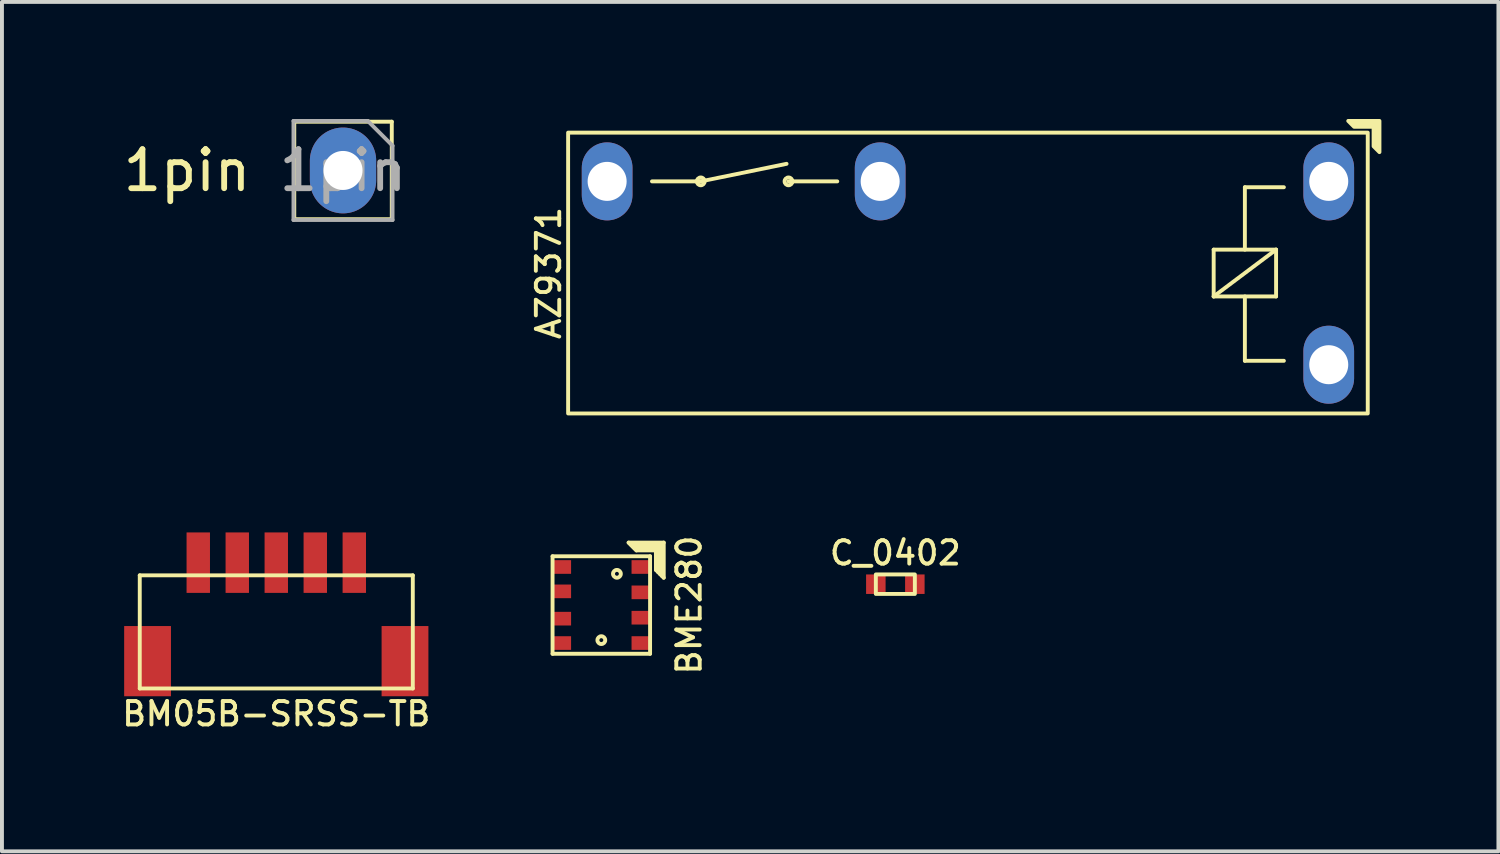
<source format=kicad_pcb>
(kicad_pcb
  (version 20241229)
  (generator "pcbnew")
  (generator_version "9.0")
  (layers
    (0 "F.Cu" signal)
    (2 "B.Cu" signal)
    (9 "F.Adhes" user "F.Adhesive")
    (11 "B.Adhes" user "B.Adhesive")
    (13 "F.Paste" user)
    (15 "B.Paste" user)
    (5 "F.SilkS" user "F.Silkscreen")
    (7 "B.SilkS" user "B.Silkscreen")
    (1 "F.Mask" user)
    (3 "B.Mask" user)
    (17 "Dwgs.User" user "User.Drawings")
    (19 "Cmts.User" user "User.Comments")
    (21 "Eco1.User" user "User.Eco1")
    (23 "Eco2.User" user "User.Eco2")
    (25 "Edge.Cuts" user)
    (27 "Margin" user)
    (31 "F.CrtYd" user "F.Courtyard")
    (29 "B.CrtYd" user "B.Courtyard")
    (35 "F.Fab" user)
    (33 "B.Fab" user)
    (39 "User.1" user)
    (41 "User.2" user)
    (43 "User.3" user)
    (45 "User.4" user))
  (footprint "BM05B-SRSS-TB"
    (layer "F.Cu")
    (at 4.033 13.15)
    (property "Reference" "BM05B-SRSS-TB" (at 0 2.1 0) (unlocked yes) (layer "F.SilkS") (effects (font (size 0.6 0.6) (thickness 0.1) (bold yes))))
    (attr smd)
    (fp_line (start -3.5 -1.45) (end 3.5 -1.45) (stroke (width 0.1) (type solid)) (layer "F.SilkS"))
    (fp_line (start -3.5 1.45) (end -3.5 -1.45) (stroke (width 0.1) (type solid)) (layer "F.SilkS"))
    (fp_line (start 3.5 -1.45) (end 3.5 1.45) (stroke (width 0.1) (type solid)) (layer "F.SilkS"))
    (fp_line (start 3.5 1.45) (end -3.5 1.45) (stroke (width 0.1) (type solid)) (layer "F.SilkS"))
    (pad "1" smd rect (at 2 -1.775) (size 0.6 1.55) (layers "F.Cu" "F.Mask" "F.Paste"))
    (pad "2" smd rect (at 1 -1.775) (size 0.6 1.55) (layers "F.Cu" "F.Mask" "F.Paste"))
    (pad "3" smd rect (at 0 -1.775) (size 0.6 1.55) (layers "F.Cu" "F.Mask" "F.Paste"))
    (pad "4" smd rect (at -1 -1.775) (size 0.6 1.55) (layers "F.Cu" "F.Mask" "F.Paste"))
    (pad "5" smd rect (at -2 -1.775) (size 0.6 1.55) (layers "F.Cu" "F.Mask" "F.Paste"))
    (pad "SH" smd rect (at -3.3 0.75) (size 1.2 1.8) (layers "F.Cu" "F.Mask" "F.Paste"))
    (pad "SH" smd rect (at 3.3 0.75) (size 1.2 1.8) (layers "F.Cu" "F.Mask" "F.Paste")))
  (footprint "1pin"
    (layer "F.Cu")
    (at 5.744 1.32)
    (property "Reference" "1pin" (at -4 0 0) (layer "F.SilkS") (effects (font (size 1 1) (thickness 0.15))))
    (attr through_hole)
    (fp_line (start -1.25 -1.25) (end 1.25 -1.25) (stroke (width 0.1) (type solid)) (layer "F.SilkS"))
    (fp_line (start -1.25 1.25) (end -1.25 -1.25) (stroke (width 0.1) (type solid)) (layer "F.SilkS"))
    (fp_line (start 1.25 -1.25) (end 1.25 1.25) (stroke (width 0.1) (type solid)) (layer "F.SilkS"))
    (fp_line (start 1.25 1.25) (end -1.25 1.25) (stroke (width 0.1) (type solid)) (layer "F.SilkS"))
    (fp_line (start -1.27 -1.27) (end 0.635 -1.27) (stroke (width 0.1) (type solid)) (layer "F.Fab"))
    (fp_line (start -1.27 1.27) (end -1.27 -1.27) (stroke (width 0.1) (type solid)) (layer "F.Fab"))
    (fp_line (start 0.635 -1.27) (end 1.27 -0.635) (stroke (width 0.1) (type solid)) (layer "F.Fab"))
    (fp_line (start 1.27 -0.635) (end 1.27 1.27) (stroke (width 0.1) (type solid)) (layer "F.Fab"))
    (fp_line (start 1.27 1.27) (end -1.27 1.27) (stroke (width 0.1) (type solid)) (layer "F.Fab"))
    (fp_text user "${REFERENCE}" (at 0 0 0) (layer "F.Fab") (effects (font (size 1 1) (thickness 0.15))))
    (pad "1" thru_hole oval (at 0 0 90) (size 2.2 1.7) (drill 1) (layers "*.Cu" "*.Mask")))
  (footprint "C_0402"
    (layer "F.Cu")
    (at 19.904 11.927)
    (property "Reference" "C_0402" (at 0 -0.8 0) (layer "F.SilkS") (effects (font (size 0.6 0.6) (thickness 0.1))))
    (attr smd)
    (fp_rect (start -0.5 -0.25) (end 0.5 0.25) (stroke (width 0.1) (type solid)) (fill no) (layer "F.SilkS"))
    (pad "1" smd rect (at -0.5 0) (size 0.5 0.5) (layers "F.Cu" "F.Mask" "F.Paste"))
    (pad "2" smd rect (at 0.5 0) (size 0.5 0.5) (layers "F.Cu" "F.Mask" "F.Paste")))
  (footprint "AZ9371"
    (layer "F.Cu")
    (at 21.765 3.95)
    (property "Reference" "AZ9371" (at -10.75 0 90) (layer "F.SilkS") (effects (font (size 0.6 0.6) (thickness 0.1))))
    (attr through_hole)
    (fp_line (start -8.1 -2.35) (end -6.85 -2.35) (stroke (width 0.1) (type solid)) (layer "F.SilkS"))
    (fp_line (start -6.85 -2.35) (end -4.65 -2.8) (stroke (width 0.1) (type solid)) (layer "F.SilkS"))
    (fp_line (start -4.6 -2.35) (end -3.35 -2.35) (stroke (width 0.1) (type solid)) (layer "F.SilkS"))
    (fp_line (start 6.3 -0.6) (end 6.3 0.6) (stroke (width 0.1) (type solid)) (layer "F.SilkS"))
    (fp_line (start 6.3 0.6) (end 7.9 0.6) (stroke (width 0.1) (type solid)) (layer "F.SilkS"))
    (fp_line (start 7.1 -0.6) (end 7.1 -2.2) (stroke (width 0.1) (type solid)) (layer "F.SilkS"))
    (fp_line (start 7.1 2.25) (end 7.1 0.6) (stroke (width 0.1) (type solid)) (layer "F.SilkS"))
    (fp_line (start 7.9 -0.6) (end 6.3 -0.6) (stroke (width 0.1) (type solid)) (layer "F.SilkS"))
    (fp_line (start 7.9 -0.6) (end 6.3 0.6) (stroke (width 0.1) (type solid)) (layer "F.SilkS"))
    (fp_line (start 7.9 0.6) (end 7.9 -0.6) (stroke (width 0.1) (type solid)) (layer "F.SilkS"))
    (fp_line (start 8.1 -2.2) (end 7.1 -2.2) (stroke (width 0.1) (type solid)) (layer "F.SilkS"))
    (fp_line (start 8.1 2.25) (end 7.1 2.25) (stroke (width 0.1) (type solid)) (layer "F.SilkS"))
    (fp_rect (start -10.25 -3.6) (end 10.25 3.6) (stroke (width 0.1) (type solid)) (fill no) (layer "F.SilkS"))
    (fp_circle (center -6.85 -2.35) (end -6.75 -2.35) (stroke (width 0.1) (type solid)) (fill no) (layer "F.SilkS"))
    (fp_circle (center -4.6 -2.35) (end -4.5 -2.35) (stroke (width 0.1) (type solid)) (fill no) (layer "F.SilkS"))
    (fp_poly (pts (xy 10.55 -3.9) (xy 10.55 -3.1) (xy 10.4 -3.25) (xy 10.4 -3.75) (xy 9.9 -3.75) (xy 9.75 -3.9)) (stroke (width 0.1) (type solid)) (fill yes) (layer "F.SilkS"))
    (pad "1" thru_hole oval (at 9.25 -2.35) (size 1.3 2) (drill 1) (layers "*.Cu" "*.Mask"))
    (pad "2" thru_hole oval (at 9.25 2.35 180) (size 1.3 2) (drill 1) (layers "*.Cu" "*.Mask"))
    (pad "3" thru_hole oval (at -2.25 -2.35 270) (size 2 1.3) (drill 1) (layers "*.Cu" "*.Mask"))
    (pad "4" thru_hole oval (at -9.25 -2.35 270) (size 2 1.3) (drill 1) (layers "*.Cu" "*.Mask")))
  (footprint "BME280"
    (layer "F.Cu")
    (at 12.366 12.461)
    (property "Reference" "BME280" (at 2.25 0 90) (layer "F.SilkS") (effects (font (size 0.6 0.6) (thickness 0.1))))
    (attr through_hole)
    (fp_line (start -1.25 -1.25) (end 1.25 -1.25) (stroke (width 0.1) (type solid)) (layer "F.SilkS"))
    (fp_line (start -1.25 1.25) (end -1.25 -1.25) (stroke (width 0.1) (type solid)) (layer "F.SilkS"))
    (fp_line (start 0.7 -1.6) (end 1.6 -1.6) (stroke (width 0.1) (type solid)) (layer "F.SilkS"))
    (fp_line (start 0.8 -1.5) (end 1.5 -1.5) (stroke (width 0.1) (type solid)) (layer "F.SilkS"))
    (fp_line (start 0.9 -1.4) (end 0.7 -1.6) (stroke (width 0.1) (type solid)) (layer "F.SilkS"))
    (fp_line (start 1.25 -1.25) (end 1.25 1.25) (stroke (width 0.1) (type solid)) (layer "F.SilkS"))
    (fp_line (start 1.25 1.25) (end -1.25 1.25) (stroke (width 0.1) (type solid)) (layer "F.SilkS"))
    (fp_line (start 1.4 -1.4) (end 0.9 -1.4) (stroke (width 0.1) (type solid)) (layer "F.SilkS"))
    (fp_line (start 1.4 -1.4) (end 1.4 -0.9) (stroke (width 0.1) (type solid)) (layer "F.SilkS"))
    (fp_line (start 1.4 -0.9) (end 1.6 -0.7) (stroke (width 0.1) (type solid)) (layer "F.SilkS"))
    (fp_line (start 1.45 -1.45) (end 0.85 -1.45) (stroke (width 0.1) (type solid)) (layer "F.SilkS"))
    (fp_line (start 1.45 -1.45) (end 1.45 -0.85) (stroke (width 0.1) (type solid)) (layer "F.SilkS"))
    (fp_line (start 1.5 -1.5) (end 1.5 -0.8) (stroke (width 0.1) (type solid)) (layer "F.SilkS"))
    (fp_line (start 1.55 -1.55) (end 0.75 -1.55) (stroke (width 0.1) (type solid)) (layer "F.SilkS"))
    (fp_line (start 1.55 -1.55) (end 1.55 -0.75) (stroke (width 0.1) (type solid)) (layer "F.SilkS"))
    (fp_line (start 1.6 -0.7) (end 1.6 -1.6) (stroke (width 0.1) (type solid)) (layer "F.SilkS"))
    (fp_circle (center 0 0.9) (end 0.1 0.9) (stroke (width 0.1) (type solid)) (fill no) (layer "F.SilkS"))
    (fp_circle (center 0.4 -0.8) (end 0.4 -0.7) (stroke (width 0.1) (type solid)) (fill no) (layer "F.SilkS"))
    (pad "1" smd rect (at 1.025 -0.975) (size 0.5 0.35) (layers "F.Cu" "F.Mask" "F.Paste"))
    (pad "2" smd rect (at 1.025 -0.325) (size 0.5 0.35) (layers "F.Cu" "F.Mask" "F.Paste"))
    (pad "3" smd rect (at 1.025 0.325) (size 0.5 0.35) (layers "F.Cu" "F.Mask" "F.Paste"))
    (pad "4" smd rect (at 1.025 0.975) (size 0.5 0.35) (layers "F.Cu" "F.Mask" "F.Paste"))
    (pad "5" smd rect (at -1.025 0.975) (size 0.5 0.35) (layers "F.Cu" "F.Mask" "F.Paste"))
    (pad "6" smd rect (at -1.025 0.35) (size 0.5 0.35) (layers "F.Cu" "F.Mask" "F.Paste"))
    (pad "7" smd rect (at -1.025 -0.35) (size 0.5 0.35) (layers "F.Cu" "F.Mask" "F.Paste"))
    (pad "8" smd rect (at -1.025 -0.975) (size 0.5 0.35) (layers "F.Cu" "F.Mask" "F.Paste")))
  (gr_rect
    (start -3 -3)
    (end 35.365 18.776)
    (stroke (width 0.1) (type default))
    (fill no)
    (layer "Edge.Cuts")))
</source>
